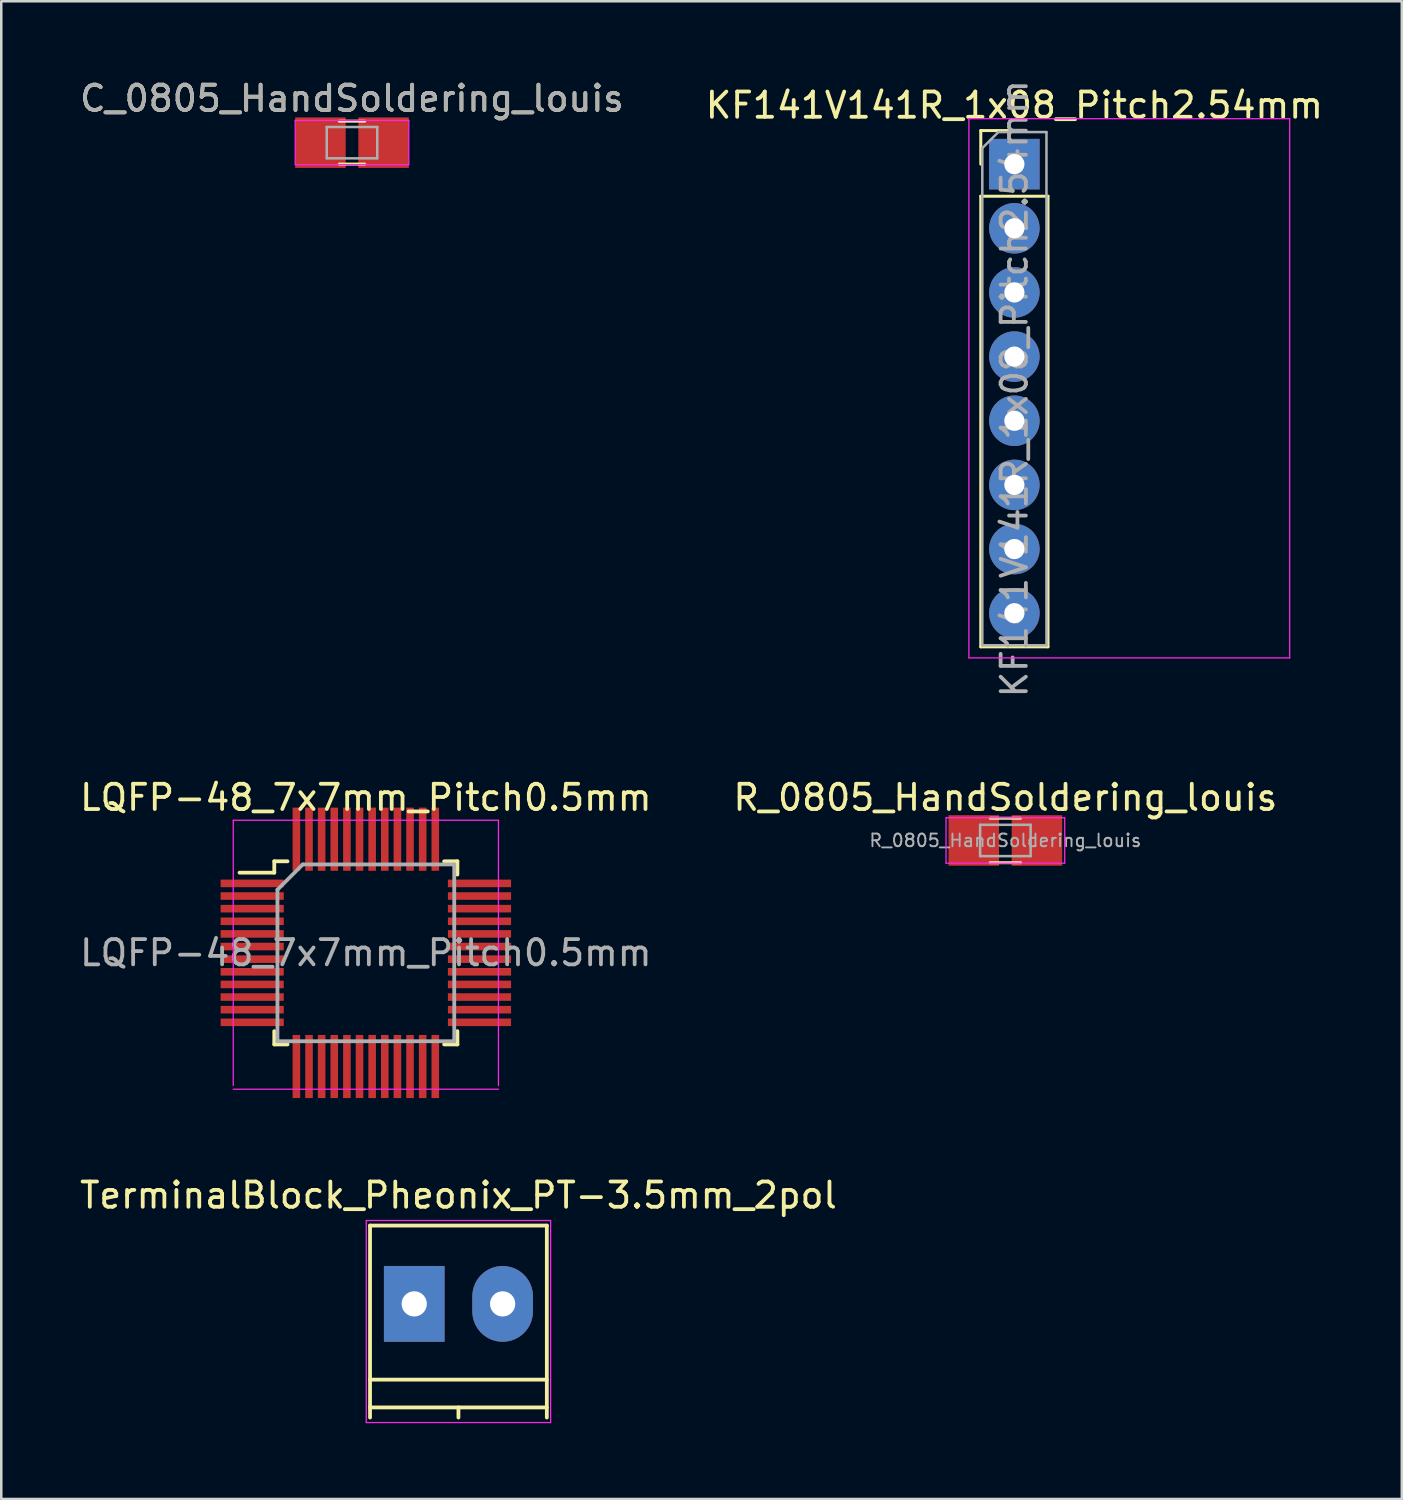
<source format=kicad_pcb>
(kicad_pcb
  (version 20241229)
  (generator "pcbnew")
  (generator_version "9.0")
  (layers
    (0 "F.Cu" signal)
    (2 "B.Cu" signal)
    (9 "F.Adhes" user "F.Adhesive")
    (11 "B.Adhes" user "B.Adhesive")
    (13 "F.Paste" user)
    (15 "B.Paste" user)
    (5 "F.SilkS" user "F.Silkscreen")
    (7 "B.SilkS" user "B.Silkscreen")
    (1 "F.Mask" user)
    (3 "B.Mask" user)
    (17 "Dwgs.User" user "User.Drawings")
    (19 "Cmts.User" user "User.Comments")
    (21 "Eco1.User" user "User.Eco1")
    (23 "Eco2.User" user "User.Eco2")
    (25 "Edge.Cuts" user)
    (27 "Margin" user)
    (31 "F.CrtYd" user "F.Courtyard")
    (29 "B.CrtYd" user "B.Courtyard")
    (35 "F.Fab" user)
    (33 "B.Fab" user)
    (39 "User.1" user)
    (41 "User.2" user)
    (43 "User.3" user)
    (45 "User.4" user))
  (footprint "KF141V141R_1x08_Pitch2.54mm"
    (layer "F.Cu")
    (at 37.113 3.449)
    (property "Reference" "KF141V141R_1x08_Pitch2.54mm" (at 0 -2.33 0) (layer "F.SilkS") (effects (font (size 1 1) (thickness 0.15))))
    (attr through_hole)
    (fp_line (start -1.33 -1.33) (end 0 -1.33) (stroke (width 0.12) (type solid)) (layer "F.SilkS"))
    (fp_line (start -1.33 0) (end -1.33 -1.33) (stroke (width 0.12) (type solid)) (layer "F.SilkS"))
    (fp_line (start -1.33 1.27) (end -1.33 19.11) (stroke (width 0.12) (type solid)) (layer "F.SilkS"))
    (fp_line (start -1.33 1.27) (end 1.33 1.27) (stroke (width 0.12) (type solid)) (layer "F.SilkS"))
    (fp_line (start -1.33 19.11) (end 1.33 19.11) (stroke (width 0.12) (type solid)) (layer "F.SilkS"))
    (fp_line (start 1.33 1.27) (end 1.33 19.11) (stroke (width 0.12) (type solid)) (layer "F.SilkS"))
    (fp_line (start -1.8 -1.8) (end -1.8 19.55) (stroke (width 0.05) (type solid)) (layer "F.CrtYd"))
    (fp_line (start -1.8 19.55) (end 10.9 19.55) (stroke (width 0.05) (type solid)) (layer "F.CrtYd"))
    (fp_line (start 10.9 -1.8) (end -1.8 -1.8) (stroke (width 0.05) (type solid)) (layer "F.CrtYd"))
    (fp_line (start 10.9 19.55) (end 10.9 -1.8) (stroke (width 0.05) (type solid)) (layer "F.CrtYd"))
    (fp_line (start -1.27 -0.635) (end -0.635 -1.27) (stroke (width 0.1) (type solid)) (layer "F.Fab"))
    (fp_line (start -1.27 19.05) (end -1.27 -0.635) (stroke (width 0.1) (type solid)) (layer "F.Fab"))
    (fp_line (start -0.635 -1.27) (end 1.27 -1.27) (stroke (width 0.1) (type solid)) (layer "F.Fab"))
    (fp_line (start 1.27 -1.27) (end 1.27 19.05) (stroke (width 0.1) (type solid)) (layer "F.Fab"))
    (fp_line (start 1.27 19.05) (end -1.27 19.05) (stroke (width 0.1) (type solid)) (layer "F.Fab"))
    (fp_text user "${REFERENCE}" (at 0 8.89 90) (layer "F.Fab") (effects (font (size 1 1) (thickness 0.15))))
    (pad "1" thru_hole rect (at 0 0) (size 2 2) (drill 0.8) (layers "*.Cu" "*.Mask"))
    (pad "2" thru_hole oval (at 0 2.54) (size 2 2) (drill 0.8) (layers "*.Cu" "*.Mask"))
    (pad "3" thru_hole oval (at 0 5.08) (size 2 2) (drill 0.8) (layers "*.Cu" "*.Mask"))
    (pad "4" thru_hole oval (at 0 7.62) (size 2 2) (drill 0.8) (layers "*.Cu" "*.Mask"))
    (pad "5" thru_hole oval (at 0 10.16) (size 2 2) (drill 0.8) (layers "*.Cu" "*.Mask"))
    (pad "6" thru_hole oval (at 0 12.7) (size 2 2) (drill 0.8) (layers "*.Cu" "*.Mask"))
    (pad "7" thru_hole oval (at 0 15.24) (size 2 2) (drill 0.8) (layers "*.Cu" "*.Mask"))
    (pad "8" thru_hole oval (at 0 17.78) (size 2 2) (drill 0.8) (layers "*.Cu" "*.Mask")))
  (footprint "LQFP-48_7x7mm_Pitch0.5mm"
    (layer "F.Cu")
    (at 11.435 34.677)
    (property "Reference" "LQFP-48_7x7mm_Pitch0.5mm" (at 0 -6.15 0) (layer "F.SilkS") (effects (font (size 1 1) (thickness 0.15))))
    (attr smd)
    (fp_line (start -3.625 -3.625) (end -3.625 -3.175) (stroke (width 0.15) (type solid)) (layer "F.SilkS"))
    (fp_line (start -3.625 -3.625) (end -3.1 -3.625) (stroke (width 0.15) (type solid)) (layer "F.SilkS"))
    (fp_line (start -3.625 -3.175) (end -5 -3.175) (stroke (width 0.15) (type solid)) (layer "F.SilkS"))
    (fp_line (start -3.625 3.625) (end -3.625 3.1) (stroke (width 0.15) (type solid)) (layer "F.SilkS"))
    (fp_line (start -3.625 3.625) (end -3.1 3.625) (stroke (width 0.15) (type solid)) (layer "F.SilkS"))
    (fp_line (start 3.625 -3.625) (end 3.1 -3.625) (stroke (width 0.15) (type solid)) (layer "F.SilkS"))
    (fp_line (start 3.625 -3.625) (end 3.625 -3.1) (stroke (width 0.15) (type solid)) (layer "F.SilkS"))
    (fp_line (start 3.625 3.625) (end 3.1 3.625) (stroke (width 0.15) (type solid)) (layer "F.SilkS"))
    (fp_line (start 3.625 3.625) (end 3.625 3.1) (stroke (width 0.15) (type solid)) (layer "F.SilkS"))
    (fp_line (start -5.25 -5.25) (end -5.25 5.25) (stroke (width 0.05) (type solid)) (layer "F.CrtYd"))
    (fp_line (start -5.25 -5.25) (end 5.25 -5.25) (stroke (width 0.05) (type solid)) (layer "F.CrtYd"))
    (fp_line (start -5.25 5.4) (end 5.25 5.4) (stroke (width 0.05) (type solid)) (layer "F.CrtYd"))
    (fp_line (start 5.25 -5.25) (end 5.25 5.25) (stroke (width 0.05) (type solid)) (layer "F.CrtYd"))
    (fp_line (start -3.5 -2.5) (end -2.5 -3.5) (stroke (width 0.15) (type solid)) (layer "F.Fab"))
    (fp_line (start -3.5 3.5) (end -3.5 -2.5) (stroke (width 0.15) (type solid)) (layer "F.Fab"))
    (fp_line (start -2.5 -3.5) (end 3.5 -3.5) (stroke (width 0.15) (type solid)) (layer "F.Fab"))
    (fp_line (start 3.5 -3.5) (end 3.5 3.5) (stroke (width 0.15) (type solid)) (layer "F.Fab"))
    (fp_line (start 3.5 3.5) (end -3.5 3.5) (stroke (width 0.15) (type solid)) (layer "F.Fab"))
    (fp_text user "${REFERENCE}" (at 0 0 0) (layer "F.Fab") (effects (font (size 1 1) (thickness 0.15))))
    (pad "1" smd rect (at -4.5 -2.75) (size 2.5 0.3) (layers "F.Cu" "F.Mask" "F.Paste"))
    (pad "2" smd rect (at -4.5 -2.25) (size 2.5 0.3) (layers "F.Cu" "F.Mask" "F.Paste"))
    (pad "3" smd rect (at -4.5 -1.75) (size 2.5 0.3) (layers "F.Cu" "F.Mask" "F.Paste"))
    (pad "4" smd rect (at -4.5 -1.25) (size 2.5 0.3) (layers "F.Cu" "F.Mask" "F.Paste"))
    (pad "5" smd rect (at -4.5 -0.75) (size 2.5 0.3) (layers "F.Cu" "F.Mask" "F.Paste"))
    (pad "6" smd rect (at -4.5 -0.25) (size 2.5 0.3) (layers "F.Cu" "F.Mask" "F.Paste"))
    (pad "7" smd rect (at -4.5 0.25) (size 2.5 0.3) (layers "F.Cu" "F.Mask" "F.Paste"))
    (pad "8" smd rect (at -4.5 0.75) (size 2.5 0.3) (layers "F.Cu" "F.Mask" "F.Paste"))
    (pad "9" smd rect (at -4.5 1.25) (size 2.5 0.3) (layers "F.Cu" "F.Mask" "F.Paste"))
    (pad "10" smd rect (at -4.5 1.75) (size 2.5 0.3) (layers "F.Cu" "F.Mask" "F.Paste"))
    (pad "11" smd rect (at -4.5 2.25) (size 2.5 0.3) (layers "F.Cu" "F.Mask" "F.Paste"))
    (pad "12" smd rect (at -4.5 2.75) (size 2.5 0.3) (layers "F.Cu" "F.Mask" "F.Paste"))
    (pad "13" smd rect (at -2.75 4.5 90) (size 2.5 0.3) (layers "F.Cu" "F.Mask" "F.Paste"))
    (pad "14" smd rect (at -2.25 4.5 90) (size 2.5 0.3) (layers "F.Cu" "F.Mask" "F.Paste"))
    (pad "15" smd rect (at -1.75 4.5 90) (size 2.5 0.3) (layers "F.Cu" "F.Mask" "F.Paste"))
    (pad "16" smd rect (at -1.25 4.5 90) (size 2.5 0.3) (layers "F.Cu" "F.Mask" "F.Paste"))
    (pad "17" smd rect (at -0.75 4.5 90) (size 2.5 0.3) (layers "F.Cu" "F.Mask" "F.Paste"))
    (pad "18" smd rect (at -0.25 4.5 90) (size 2.5 0.3) (layers "F.Cu" "F.Mask" "F.Paste"))
    (pad "19" smd rect (at 0.25 4.5 90) (size 2.5 0.3) (layers "F.Cu" "F.Mask" "F.Paste"))
    (pad "20" smd rect (at 0.75 4.5 90) (size 2.5 0.3) (layers "F.Cu" "F.Mask" "F.Paste"))
    (pad "21" smd rect (at 1.25 4.5 90) (size 2.5 0.3) (layers "F.Cu" "F.Mask" "F.Paste"))
    (pad "22" smd rect (at 1.75 4.5 90) (size 2.5 0.3) (layers "F.Cu" "F.Mask" "F.Paste"))
    (pad "23" smd rect (at 2.25 4.5 90) (size 2.5 0.3) (layers "F.Cu" "F.Mask" "F.Paste"))
    (pad "24" smd rect (at 2.75 4.5 90) (size 2.5 0.3) (layers "F.Cu" "F.Mask" "F.Paste"))
    (pad "25" smd rect (at 4.5 2.75) (size 2.5 0.3) (layers "F.Cu" "F.Mask" "F.Paste"))
    (pad "26" smd rect (at 4.5 2.25) (size 2.5 0.3) (layers "F.Cu" "F.Mask" "F.Paste"))
    (pad "27" smd rect (at 4.5 1.75) (size 2.5 0.3) (layers "F.Cu" "F.Mask" "F.Paste"))
    (pad "28" smd rect (at 4.5 1.25) (size 2.5 0.3) (layers "F.Cu" "F.Mask" "F.Paste"))
    (pad "29" smd rect (at 4.5 0.75) (size 2.5 0.3) (layers "F.Cu" "F.Mask" "F.Paste"))
    (pad "30" smd rect (at 4.5 0.25) (size 2.5 0.3) (layers "F.Cu" "F.Mask" "F.Paste"))
    (pad "31" smd rect (at 4.5 -0.25) (size 2.5 0.3) (layers "F.Cu" "F.Mask" "F.Paste"))
    (pad "32" smd rect (at 4.5 -0.75) (size 2.5 0.3) (layers "F.Cu" "F.Mask" "F.Paste"))
    (pad "33" smd rect (at 4.5 -1.25) (size 2.5 0.3) (layers "F.Cu" "F.Mask" "F.Paste"))
    (pad "34" smd rect (at 4.5 -1.75) (size 2.5 0.3) (layers "F.Cu" "F.Mask" "F.Paste"))
    (pad "35" smd rect (at 4.5 -2.25) (size 2.5 0.3) (layers "F.Cu" "F.Mask" "F.Paste"))
    (pad "36" smd rect (at 4.5 -2.75) (size 2.5 0.3) (layers "F.Cu" "F.Mask" "F.Paste"))
    (pad "37" smd rect (at 2.75 -4.5 90) (size 2.5 0.3) (layers "F.Cu" "F.Mask" "F.Paste"))
    (pad "38" smd rect (at 2.25 -4.5 90) (size 2.5 0.3) (layers "F.Cu" "F.Mask" "F.Paste"))
    (pad "39" smd rect (at 1.75 -4.5 90) (size 2.5 0.3) (layers "F.Cu" "F.Mask" "F.Paste"))
    (pad "40" smd rect (at 1.25 -4.5 90) (size 2.5 0.3) (layers "F.Cu" "F.Mask" "F.Paste"))
    (pad "41" smd rect (at 0.75 -4.5 90) (size 2.5 0.3) (layers "F.Cu" "F.Mask" "F.Paste"))
    (pad "42" smd rect (at 0.25 -4.5 90) (size 2.5 0.3) (layers "F.Cu" "F.Mask" "F.Paste"))
    (pad "43" smd rect (at -0.25 -4.5 90) (size 2.5 0.3) (layers "F.Cu" "F.Mask" "F.Paste"))
    (pad "44" smd rect (at -0.75 -4.5 90) (size 2.5 0.3) (layers "F.Cu" "F.Mask" "F.Paste"))
    (pad "45" smd rect (at -1.25 -4.5 90) (size 2.5 0.3) (layers "F.Cu" "F.Mask" "F.Paste"))
    (pad "46" smd rect (at -1.75 -4.5 90) (size 2.5 0.3) (layers "F.Cu" "F.Mask" "F.Paste"))
    (pad "47" smd rect (at -2.25 -4.5 90) (size 2.5 0.3) (layers "F.Cu" "F.Mask" "F.Paste"))
    (pad "48" smd rect (at -2.75 -4.5 90) (size 2.5 0.3) (layers "F.Cu" "F.Mask" "F.Paste")))
  (footprint "TerminalBlock_Pheonix_PT-3.5mm_2pol"
    (layer "F.Cu")
    (at 13.351 48.575)
    (property "Reference" "TerminalBlock_Pheonix_PT-3.5mm_2pol" (at 1.75 -4.3 0) (layer "F.SilkS") (effects (font (size 1 1) (thickness 0.15))))
    (attr through_hole)
    (fp_line (start -1.75 -3.1) (end -1.75 4.5) (stroke (width 0.15) (type solid)) (layer "F.SilkS"))
    (fp_line (start -1.75 3) (end 5.25 3) (stroke (width 0.15) (type solid)) (layer "F.SilkS"))
    (fp_line (start -1.75 4.1) (end 5.25 4.1) (stroke (width 0.15) (type solid)) (layer "F.SilkS"))
    (fp_line (start 1.75 4.1) (end 1.75 4.5) (stroke (width 0.15) (type solid)) (layer "F.SilkS"))
    (fp_line (start 5.25 -3.1) (end -1.75 -3.1) (stroke (width 0.15) (type solid)) (layer "F.SilkS"))
    (fp_line (start 5.25 4.5) (end 5.25 -3.1) (stroke (width 0.15) (type solid)) (layer "F.SilkS"))
    (fp_line (start -1.9 -3.3) (end 5.4 -3.3) (stroke (width 0.05) (type solid)) (layer "F.CrtYd"))
    (fp_line (start -1.9 4.7) (end -1.9 -3.3) (stroke (width 0.05) (type solid)) (layer "F.CrtYd"))
    (fp_line (start 5.4 -3.3) (end 5.4 4.7) (stroke (width 0.05) (type solid)) (layer "F.CrtYd"))
    (fp_line (start 5.4 4.7) (end -1.9 4.7) (stroke (width 0.05) (type solid)) (layer "F.CrtYd"))
    (pad "1" thru_hole rect (at 0 0) (size 2.4 3) (drill 1) (layers "*.Cu" "*.Mask"))
    (pad "2" thru_hole oval (at 3.5 0) (size 2.4 3) (drill 1) (layers "*.Cu" "*.Mask")))
  (footprint "C_0805_HandSoldering_louis"
    (layer "F.Cu")
    (at 10.887 2.598)
    (property "Reference" "C_0805_HandSoldering_louis" (at 0 -1.75 0) (layer "F.SilkS") (effects (font (size 1 1) (thickness 0.15))))
    (attr smd)
    (fp_line (start -0.5 0.85) (end 0.5 0.85) (stroke (width 0.12) (type solid)) (layer "F.SilkS"))
    (fp_line (start 0.5 -0.85) (end -0.5 -0.85) (stroke (width 0.12) (type solid)) (layer "F.SilkS"))
    (fp_line (start -2.25 -0.88) (end -2.25 0.87) (stroke (width 0.05) (type solid)) (layer "F.CrtYd"))
    (fp_line (start -2.25 -0.88) (end 2.25 -0.88) (stroke (width 0.05) (type solid)) (layer "F.CrtYd"))
    (fp_line (start 2.25 0.87) (end -2.25 0.87) (stroke (width 0.05) (type solid)) (layer "F.CrtYd"))
    (fp_line (start 2.25 0.87) (end 2.25 -0.88) (stroke (width 0.05) (type solid)) (layer "F.CrtYd"))
    (fp_line (start -1 -0.62) (end 1 -0.62) (stroke (width 0.1) (type solid)) (layer "F.Fab"))
    (fp_line (start -1 0.62) (end -1 -0.62) (stroke (width 0.1) (type solid)) (layer "F.Fab"))
    (fp_line (start 1 -0.62) (end 1 0.62) (stroke (width 0.1) (type solid)) (layer "F.Fab"))
    (fp_line (start 1 0.62) (end -1 0.62) (stroke (width 0.1) (type solid)) (layer "F.Fab"))
    (fp_text user "${REFERENCE}" (at 0 -1.75 0) (layer "F.Fab") (effects (font (size 1 1) (thickness 0.15))))
    (pad "1" smd rect (at -1.25 0) (size 2 2) (layers "F.Cu" "F.Mask" "F.Paste"))
    (pad "2" smd rect (at 1.25 0) (size 2 2) (layers "F.Cu" "F.Mask" "F.Paste")))
  (footprint "R_0805_HandSoldering_louis"
    (layer "F.Cu")
    (at 36.756 30.227)
    (property "Reference" "R_0805_HandSoldering_louis" (at 0 -1.7 0) (layer "F.SilkS") (effects (font (size 1 1) (thickness 0.15))))
    (attr smd)
    (fp_line (start -0.6 -0.88) (end 0.6 -0.88) (stroke (width 0.12) (type solid)) (layer "F.SilkS"))
    (fp_line (start 0.6 0.88) (end -0.6 0.88) (stroke (width 0.12) (type solid)) (layer "F.SilkS"))
    (fp_line (start -2.35 -0.9) (end -2.35 0.9) (stroke (width 0.05) (type solid)) (layer "F.CrtYd"))
    (fp_line (start -2.35 -0.9) (end 2.35 -0.9) (stroke (width 0.05) (type solid)) (layer "F.CrtYd"))
    (fp_line (start 2.35 0.9) (end -2.35 0.9) (stroke (width 0.05) (type solid)) (layer "F.CrtYd"))
    (fp_line (start 2.35 0.9) (end 2.35 -0.9) (stroke (width 0.05) (type solid)) (layer "F.CrtYd"))
    (fp_line (start -1 -0.62) (end 1 -0.62) (stroke (width 0.1) (type solid)) (layer "F.Fab"))
    (fp_line (start -1 0.62) (end -1 -0.62) (stroke (width 0.1) (type solid)) (layer "F.Fab"))
    (fp_line (start 1 -0.62) (end 1 0.62) (stroke (width 0.1) (type solid)) (layer "F.Fab"))
    (fp_line (start 1 0.62) (end -1 0.62) (stroke (width 0.1) (type solid)) (layer "F.Fab"))
    (fp_text user "${REFERENCE}" (at 0 0 0) (layer "F.Fab") (effects (font (size 0.5 0.5) (thickness 0.075))))
    (pad "1" smd rect (at -1.25 0) (size 2 2) (layers "F.Cu" "F.Mask" "F.Paste"))
    (pad "2" smd rect (at 1.25 0) (size 2 2) (layers "F.Cu" "F.Mask" "F.Paste")))
  (gr_rect
    (start -3 -3)
    (end 52.452 56.3)
    (stroke (width 0.1) (type default))
    (fill no)
    (layer "Edge.Cuts")))
</source>
